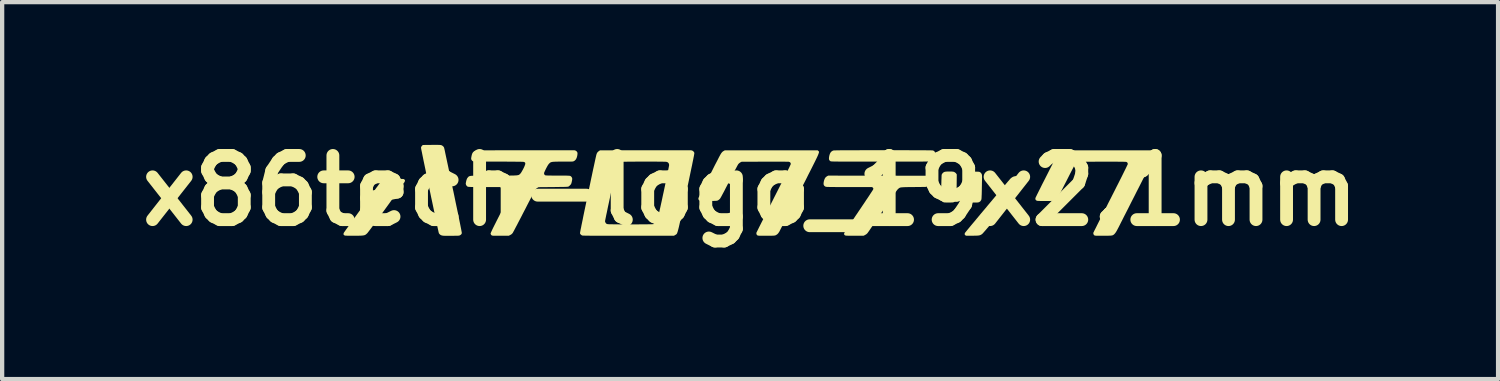
<source format=kicad_pcb>
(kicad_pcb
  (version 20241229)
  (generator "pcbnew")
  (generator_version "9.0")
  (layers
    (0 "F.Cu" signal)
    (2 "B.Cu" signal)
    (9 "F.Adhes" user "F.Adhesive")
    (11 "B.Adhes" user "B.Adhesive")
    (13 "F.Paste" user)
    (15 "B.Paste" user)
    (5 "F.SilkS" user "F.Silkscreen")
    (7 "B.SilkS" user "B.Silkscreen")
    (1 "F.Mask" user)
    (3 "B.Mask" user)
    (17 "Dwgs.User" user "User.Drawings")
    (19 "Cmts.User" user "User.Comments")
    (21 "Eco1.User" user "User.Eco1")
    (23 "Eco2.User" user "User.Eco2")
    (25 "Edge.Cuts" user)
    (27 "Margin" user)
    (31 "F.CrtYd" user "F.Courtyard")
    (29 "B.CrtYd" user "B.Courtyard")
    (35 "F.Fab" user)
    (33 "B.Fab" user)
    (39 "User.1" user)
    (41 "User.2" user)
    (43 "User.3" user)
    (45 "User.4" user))
  (footprint "x86tech-logo_19x2.1mm"
    (layer "F.Cu")
    (at 14.479 1.404)
    (property "Reference" "x86tech-logo_19x2.1mm" (at 0 0 0) (layer "F.SilkS") (effects (font (size 1.5 1.5) (thickness 0.3))))
    (attr board_only exclude_from_pos_files exclude_from_bom)
    (fp_poly (pts (xy 4.69 -0.445) (xy 4.716 -0.445) (xy 4.736 -0.443) (xy 4.75 -0.441) (xy 4.762 -0.438) (xy 4.772 -0.433) (xy 4.775 -0.432) (xy 4.794 -0.419) (xy 4.811 -0.404) (xy 4.815 -0.398) (xy 4.829 -0.377) (xy 4.826 -0.104) (xy 4.825 -0.047) (xy 4.824 0.007) (xy 4.823 0.057) (xy 4.822 0.101) (xy 4.821 0.138) (xy 4.82 0.167) (xy 4.819 0.187) (xy 4.818 0.195) (xy 4.809 0.222) (xy 4.791 0.247) (xy 4.768 0.266) (xy 4.759 0.271) (xy 4.746 0.274) (xy 4.726 0.277) (xy 4.697 0.278) (xy 4.658 0.279) (xy 4.637 0.279) (xy 4.603 0.278) (xy 4.572 0.278) (xy 4.548 0.277) (xy 4.531 0.276) (xy 4.525 0.275) (xy 4.5 0.26) (xy 4.479 0.236) (xy 4.471 0.222) (xy 4.468 0.216) (xy 4.466 0.209) (xy 4.465 0.201) (xy 4.463 0.189) (xy 4.463 0.174) (xy 4.462 0.155) (xy 4.462 0.129) (xy 4.462 0.096) (xy 4.463 0.055) (xy 4.464 0.004) (xy 4.465 -0.057) (xy 4.466 -0.081) (xy 4.467 -0.138) (xy 4.469 -0.191) (xy 4.47 -0.24) (xy 4.472 -0.283) (xy 4.473 -0.319) (xy 4.474 -0.346) (xy 4.475 -0.364) (xy 4.476 -0.371) (xy 4.487 -0.393) (xy 4.505 -0.414) (xy 4.527 -0.431) (xy 4.534 -0.434) (xy 4.545 -0.438) (xy 4.558 -0.441) (xy 4.575 -0.443) (xy 4.599 -0.445) (xy 4.631 -0.445) (xy 4.653 -0.445)) (stroke (width 0) (type solid)) (fill yes) (layer "F.SilkS"))
    (fp_poly (pts (xy 5.283 -0.442) (xy 5.312 -0.442) (xy 5.333 -0.441) (xy 5.348 -0.44) (xy 5.359 -0.437) (xy 5.367 -0.434) (xy 5.376 -0.429) (xy 5.376 -0.429) (xy 5.395 -0.412) (xy 5.409 -0.39) (xy 5.412 -0.384) (xy 5.414 -0.378) (xy 5.416 -0.37) (xy 5.418 -0.36) (xy 5.418 -0.346) (xy 5.419 -0.328) (xy 5.419 -0.304) (xy 5.419 -0.273) (xy 5.418 -0.234) (xy 5.417 -0.187) (xy 5.416 -0.129) (xy 5.415 -0.083) (xy 5.414 -0.018) (xy 5.413 0.037) (xy 5.412 0.082) (xy 5.41 0.118) (xy 5.409 0.147) (xy 5.408 0.169) (xy 5.407 0.186) (xy 5.405 0.199) (xy 5.403 0.208) (xy 5.401 0.216) (xy 5.398 0.222) (xy 5.396 0.225) (xy 5.381 0.248) (xy 5.359 0.265) (xy 5.357 0.266) (xy 5.347 0.271) (xy 5.336 0.274) (xy 5.324 0.277) (xy 5.307 0.278) (xy 5.284 0.279) (xy 5.252 0.279) (xy 5.23 0.279) (xy 5.191 0.279) (xy 5.163 0.278) (xy 5.143 0.277) (xy 5.127 0.275) (xy 5.116 0.272) (xy 5.106 0.268) (xy 5.104 0.267) (xy 5.086 0.255) (xy 5.069 0.239) (xy 5.067 0.235) (xy 5.062 0.228) (xy 5.059 0.222) (xy 5.057 0.213) (xy 5.055 0.201) (xy 5.054 0.185) (xy 5.054 0.162) (xy 5.054 0.131) (xy 5.054 0.09) (xy 5.054 0.07) (xy 5.054 0.019) (xy 5.055 -0.04) (xy 5.056 -0.102) (xy 5.057 -0.162) (xy 5.059 -0.216) (xy 5.059 -0.223) (xy 5.06 -0.269) (xy 5.061 -0.304) (xy 5.063 -0.332) (xy 5.064 -0.351) (xy 5.066 -0.366) (xy 5.068 -0.376) (xy 5.072 -0.384) (xy 5.076 -0.392) (xy 5.076 -0.393) (xy 5.091 -0.411) (xy 5.109 -0.427) (xy 5.112 -0.429) (xy 5.12 -0.434) (xy 5.129 -0.437) (xy 5.14 -0.44) (xy 5.155 -0.441) (xy 5.175 -0.442) (xy 5.204 -0.442) (xy 5.243 -0.442) (xy 5.244 -0.442)) (stroke (width 0) (type solid)) (fill yes) (layer "F.SilkS"))
    (fp_poly (pts (xy 6.368 -0.343) (xy 6.411 -0.343) (xy 6.443 -0.342) (xy 6.466 -0.341) (xy 6.483 -0.34) (xy 6.494 -0.338) (xy 6.501 -0.335) (xy 6.506 -0.332) (xy 6.51 -0.328) (xy 6.518 -0.319) (xy 6.52 -0.31) (xy 6.517 -0.298) (xy 6.515 -0.291) (xy 6.51 -0.283) (xy 6.498 -0.267) (xy 6.479 -0.243) (xy 6.454 -0.212) (xy 6.424 -0.174) (xy 6.388 -0.131) (xy 6.348 -0.082) (xy 6.304 -0.029) (xy 6.257 0.028) (xy 6.207 0.089) (xy 6.155 0.152) (xy 6.1 0.217) (xy 6.045 0.283) (xy 5.989 0.351) (xy 5.932 0.418) (xy 5.876 0.485) (xy 5.821 0.55) (xy 5.767 0.614) (xy 5.715 0.676) (xy 5.666 0.734) (xy 5.619 0.788) (xy 5.577 0.838) (xy 5.538 0.883) (xy 5.504 0.923) (xy 5.475 0.956) (xy 5.452 0.982) (xy 5.435 1.001) (xy 5.424 1.011) (xy 5.423 1.013) (xy 5.406 1.025) (xy 5.39 1.034) (xy 5.374 1.041) (xy 5.356 1.046) (xy 5.333 1.05) (xy 5.304 1.052) (xy 5.268 1.053) (xy 5.222 1.054) (xy 5.202 1.054) (xy 5.162 1.055) (xy 5.125 1.055) (xy 5.093 1.055) (xy 5.068 1.054) (xy 5.052 1.054) (xy 5.048 1.053) (xy 5.027 1.044) (xy 5.015 1.028) (xy 5.013 1.009) (xy 5.021 0.987) (xy 5.022 0.986) (xy 5.029 0.977) (xy 5.043 0.96) (xy 5.063 0.935) (xy 5.089 0.903) (xy 5.121 0.865) (xy 5.157 0.821) (xy 5.198 0.772) (xy 5.243 0.719) (xy 5.29 0.662) (xy 5.341 0.601) (xy 5.393 0.538) (xy 5.447 0.474) (xy 5.503 0.408) (xy 5.558 0.341) (xy 5.614 0.275) (xy 5.669 0.209) (xy 5.723 0.145) (xy 5.775 0.083) (xy 5.825 0.024) (xy 5.872 -0.032) (xy 5.916 -0.085) (xy 5.957 -0.132) (xy 5.992 -0.174) (xy 6.023 -0.211) (xy 6.049 -0.24) (xy 6.068 -0.263) (xy 6.081 -0.277) (xy 6.086 -0.283) (xy 6.107 -0.3) (xy 6.127 -0.314) (xy 6.149 -0.325) (xy 6.174 -0.333) (xy 6.203 -0.338) (xy 6.238 -0.342) (xy 6.282 -0.343) (xy 6.334 -0.344)) (stroke (width 0) (type solid)) (fill yes) (layer "F.SilkS"))
    (fp_poly (pts (xy -7.328 -1.068) (xy -7.285 -1.068) (xy -7.253 -1.067) (xy -7.231 -1.065) (xy -7.219 -1.063) (xy -7.194 -1.051) (xy -7.171 -1.033) (xy -7.155 -1.011) (xy -7.151 -1.001) (xy -7.149 -0.993) (xy -7.145 -0.975) (xy -7.138 -0.946) (xy -7.13 -0.907) (xy -7.12 -0.859) (xy -7.108 -0.802) (xy -7.094 -0.737) (xy -7.079 -0.666) (xy -7.062 -0.587) (xy -7.044 -0.502) (xy -7.025 -0.412) (xy -7.005 -0.317) (xy -6.984 -0.218) (xy -6.963 -0.115) (xy -6.941 -0.009) (xy -6.939 -0.003) (xy -6.909 0.14) (xy -6.882 0.273) (xy -6.856 0.395) (xy -6.833 0.505) (xy -6.813 0.605) (xy -6.795 0.693) (xy -6.779 0.77) (xy -6.766 0.836) (xy -6.755 0.891) (xy -6.747 0.934) (xy -6.741 0.966) (xy -6.738 0.986) (xy -6.737 0.995) (xy -6.737 0.995) (xy -6.747 1.017) (xy -6.765 1.035) (xy -6.789 1.048) (xy -6.801 1.052) (xy -6.812 1.053) (xy -6.833 1.054) (xy -6.862 1.054) (xy -6.897 1.055) (xy -6.937 1.056) (xy -6.978 1.056) (xy -7.02 1.056) (xy -7.061 1.056) (xy -7.098 1.056) (xy -7.13 1.056) (xy -7.155 1.055) (xy -7.17 1.054) (xy -7.174 1.054) (xy -7.186 1.052) (xy -7.202 1.049) (xy -7.205 1.048) (xy -7.229 1.04) (xy -7.251 1.023) (xy -7.269 1.003) (xy -7.274 0.993) (xy -7.276 0.985) (xy -7.281 0.966) (xy -7.287 0.937) (xy -7.296 0.898) (xy -7.306 0.851) (xy -7.318 0.796) (xy -7.331 0.734) (xy -7.346 0.665) (xy -7.362 0.59) (xy -7.378 0.511) (xy -7.396 0.427) (xy -7.414 0.34) (xy -7.433 0.25) (xy -7.453 0.158) (xy -7.472 0.065) (xy -7.492 -0.029) (xy -7.511 -0.122) (xy -7.531 -0.215) (xy -7.549 -0.306) (xy -7.568 -0.394) (xy -7.585 -0.48) (xy -7.602 -0.561) (xy -7.618 -0.638) (xy -7.633 -0.709) (xy -7.646 -0.775) (xy -7.658 -0.833) (xy -7.668 -0.884) (xy -7.677 -0.927) (xy -7.684 -0.96) (xy -7.688 -0.984) (xy -7.69 -0.997) (xy -7.691 -0.999) (xy -7.688 -1.017) (xy -7.679 -1.034) (xy -7.67 -1.044) (xy -7.65 -1.066) (xy -7.446 -1.068) (xy -7.381 -1.068)) (stroke (width 0) (type solid)) (fill yes) (layer "F.SilkS"))
    (fp_poly (pts (xy -8.148 -0.273) (xy -8.127 -0.272) (xy -8.111 -0.271) (xy -8.1 -0.27) (xy -8.092 -0.268) (xy -8.087 -0.265) (xy -8.082 -0.262) (xy -8.081 -0.261) (xy -8.068 -0.247) (xy -8.066 -0.229) (xy -8.073 -0.207) (xy -8.075 -0.202) (xy -8.08 -0.194) (xy -8.092 -0.178) (xy -8.109 -0.153) (xy -8.132 -0.121) (xy -8.16 -0.081) (xy -8.193 -0.035) (xy -8.231 0.017) (xy -8.272 0.075) (xy -8.316 0.137) (xy -8.364 0.203) (xy -8.414 0.273) (xy -8.466 0.345) (xy -8.5 0.392) (xy -8.57 0.488) (xy -8.634 0.576) (xy -8.692 0.656) (xy -8.746 0.729) (xy -8.793 0.794) (xy -8.835 0.85) (xy -8.87 0.897) (xy -8.9 0.936) (xy -8.923 0.966) (xy -8.939 0.987) (xy -8.949 0.998) (xy -8.949 0.998) (xy -8.964 1.012) (xy -8.977 1.023) (xy -8.99 1.032) (xy -9.004 1.039) (xy -9.021 1.044) (xy -9.042 1.048) (xy -9.068 1.051) (xy -9.101 1.053) (xy -9.142 1.054) (xy -9.192 1.054) (xy -9.244 1.055) (xy -9.292 1.055) (xy -9.338 1.055) (xy -9.379 1.055) (xy -9.414 1.054) (xy -9.441 1.053) (xy -9.459 1.052) (xy -9.465 1.052) (xy -9.488 1.042) (xy -9.5 1.029) (xy -9.502 1.009) (xy -9.496 0.989) (xy -9.492 0.982) (xy -9.481 0.966) (xy -9.464 0.942) (xy -9.442 0.91) (xy -9.414 0.872) (xy -9.383 0.828) (xy -9.347 0.778) (xy -9.308 0.724) (xy -9.266 0.666) (xy -9.222 0.605) (xy -9.176 0.541) (xy -9.129 0.476) (xy -9.081 0.41) (xy -9.032 0.343) (xy -8.984 0.277) (xy -8.937 0.212) (xy -8.891 0.149) (xy -8.847 0.089) (xy -8.805 0.032) (xy -8.766 -0.021) (xy -8.731 -0.07) (xy -8.699 -0.112) (xy -8.672 -0.149) (xy -8.649 -0.179) (xy -8.633 -0.201) (xy -8.622 -0.215) (xy -8.618 -0.219) (xy -8.599 -0.236) (xy -8.577 -0.251) (xy -8.565 -0.257) (xy -8.557 -0.261) (xy -8.549 -0.263) (xy -8.54 -0.266) (xy -8.527 -0.267) (xy -8.511 -0.269) (xy -8.489 -0.27) (xy -8.461 -0.27) (xy -8.424 -0.271) (xy -8.379 -0.271) (xy -8.322 -0.272) (xy -8.317 -0.272) (xy -8.26 -0.272) (xy -8.214 -0.273) (xy -8.177 -0.273)) (stroke (width 0) (type solid)) (fill yes) (layer "F.SilkS"))
    (fp_poly (pts (xy 3.257 -0.944) (xy 3.399 -0.944) (xy 3.531 -0.944) (xy 3.652 -0.944) (xy 3.763 -0.943) (xy 3.863 -0.943) (xy 3.953 -0.943) (xy 4.032 -0.942) (xy 4.1 -0.942) (xy 4.157 -0.941) (xy 4.202 -0.941) (xy 4.236 -0.94) (xy 4.259 -0.939) (xy 4.27 -0.938) (xy 4.27 -0.938) (xy 4.296 -0.927) (xy 4.313 -0.909) (xy 4.323 -0.884) (xy 4.324 -0.852) (xy 4.318 -0.813) (xy 4.309 -0.779) (xy 4.301 -0.754) (xy 4.292 -0.735) (xy 4.279 -0.719) (xy 4.272 -0.712) (xy 4.268 -0.708) (xy 4.265 -0.704) (xy 4.261 -0.7) (xy 4.258 -0.697) (xy 4.254 -0.694) (xy 4.248 -0.692) (xy 4.241 -0.69) (xy 4.232 -0.688) (xy 4.22 -0.686) (xy 4.204 -0.684) (xy 4.185 -0.683) (xy 4.162 -0.681) (xy 4.134 -0.68) (xy 4.101 -0.68) (xy 4.062 -0.679) (xy 4.016 -0.678) (xy 3.964 -0.678) (xy 3.905 -0.678) (xy 3.838 -0.677) (xy 3.763 -0.677) (xy 3.679 -0.677) (xy 3.587 -0.677) (xy 3.484 -0.677) (xy 3.371 -0.677) (xy 3.248 -0.677) (xy 3.113 -0.677) (xy 3.054 -0.677) (xy 2.916 -0.677) (xy 2.789 -0.677) (xy 2.674 -0.677) (xy 2.568 -0.677) (xy 2.472 -0.677) (xy 2.386 -0.677) (xy 2.309 -0.677) (xy 2.24 -0.678) (xy 2.179 -0.678) (xy 2.125 -0.678) (xy 2.079 -0.678) (xy 2.038 -0.679) (xy 2.004 -0.679) (xy 1.975 -0.68) (xy 1.951 -0.68) (xy 1.931 -0.681) (xy 1.916 -0.681) (xy 1.903 -0.682) (xy 1.894 -0.683) (xy 1.887 -0.684) (xy 1.882 -0.685) (xy 1.878 -0.686) (xy 1.876 -0.688) (xy 1.874 -0.689) (xy 1.857 -0.703) (xy 1.846 -0.72) (xy 1.842 -0.743) (xy 1.843 -0.772) (xy 1.849 -0.81) (xy 1.85 -0.814) (xy 1.863 -0.858) (xy 1.881 -0.892) (xy 1.905 -0.917) (xy 1.935 -0.934) (xy 1.941 -0.936) (xy 1.946 -0.937) (xy 1.954 -0.938) (xy 1.967 -0.939) (xy 1.984 -0.939) (xy 2.007 -0.94) (xy 2.036 -0.941) (xy 2.07 -0.941) (xy 2.111 -0.942) (xy 2.159 -0.942) (xy 2.215 -0.942) (xy 2.278 -0.943) (xy 2.35 -0.943) (xy 2.431 -0.943) (xy 2.521 -0.943) (xy 2.62 -0.944) (xy 2.73 -0.944) (xy 2.85 -0.944) (xy 2.981 -0.944) (xy 3.106 -0.944)) (stroke (width 0) (type solid)) (fill yes) (layer "F.SilkS"))
    (fp_poly (pts (xy 2.991 -0.349) (xy 4.156 -0.347) (xy 4.174 -0.33) (xy 4.189 -0.314) (xy 4.198 -0.297) (xy 4.201 -0.277) (xy 4.199 -0.251) (xy 4.193 -0.219) (xy 4.182 -0.179) (xy 4.169 -0.148) (xy 4.152 -0.124) (xy 4.13 -0.105) (xy 4.126 -0.102) (xy 4.102 -0.086) (xy 3.813 -0.083) (xy 3.745 -0.082) (xy 3.687 -0.082) (xy 3.639 -0.081) (xy 3.6 -0.08) (xy 3.568 -0.078) (xy 3.542 -0.076) (xy 3.522 -0.074) (xy 3.507 -0.07) (xy 3.494 -0.065) (xy 3.483 -0.059) (xy 3.474 -0.052) (xy 3.464 -0.044) (xy 3.453 -0.033) (xy 3.451 -0.031) (xy 3.442 -0.022) (xy 3.428 -0.003) (xy 3.409 0.023) (xy 3.383 0.058) (xy 3.352 0.102) (xy 3.316 0.155) (xy 3.273 0.217) (xy 3.224 0.289) (xy 3.169 0.37) (xy 3.107 0.461) (xy 3.093 0.481) (xy 3.047 0.55) (xy 3.002 0.616) (xy 2.959 0.68) (xy 2.918 0.739) (xy 2.88 0.794) (xy 2.846 0.844) (xy 2.816 0.888) (xy 2.79 0.926) (xy 2.77 0.955) (xy 2.754 0.977) (xy 2.745 0.99) (xy 2.743 0.993) (xy 2.717 1.018) (xy 2.686 1.037) (xy 2.685 1.038) (xy 2.652 1.054) (xy 2.453 1.055) (xy 2.404 1.055) (xy 2.359 1.055) (xy 2.319 1.055) (xy 2.284 1.054) (xy 2.257 1.053) (xy 2.24 1.052) (xy 2.234 1.052) (xy 2.211 1.042) (xy 2.198 1.028) (xy 2.196 1.009) (xy 2.2 0.991) (xy 2.204 0.983) (xy 2.215 0.967) (xy 2.231 0.941) (xy 2.252 0.908) (xy 2.279 0.868) (xy 2.309 0.822) (xy 2.344 0.77) (xy 2.382 0.713) (xy 2.423 0.652) (xy 2.466 0.587) (xy 2.512 0.52) (xy 2.535 0.485) (xy 2.582 0.416) (xy 2.626 0.35) (xy 2.669 0.287) (xy 2.708 0.227) (xy 2.745 0.173) (xy 2.778 0.124) (xy 2.806 0.08) (xy 2.83 0.044) (xy 2.849 0.015) (xy 2.863 -0.007) (xy 2.871 -0.019) (xy 2.872 -0.022) (xy 2.879 -0.039) (xy 2.879 -0.051) (xy 2.873 -0.061) (xy 2.866 -0.069) (xy 2.851 -0.083) (xy 2.315 -0.083) (xy 2.223 -0.083) (xy 2.141 -0.083) (xy 2.07 -0.083) (xy 2.009 -0.083) (xy 1.957 -0.084) (xy 1.913 -0.084) (xy 1.876 -0.084) (xy 1.846 -0.085) (xy 1.822 -0.086) (xy 1.803 -0.086) (xy 1.788 -0.087) (xy 1.777 -0.089) (xy 1.769 -0.09) (xy 1.764 -0.091) (xy 1.759 -0.093) (xy 1.758 -0.094) (xy 1.737 -0.108) (xy 1.723 -0.127) (xy 1.716 -0.151) (xy 1.717 -0.182) (xy 1.724 -0.222) (xy 1.728 -0.237) (xy 1.742 -0.276) (xy 1.761 -0.307) (xy 1.787 -0.329) (xy 1.799 -0.337) (xy 1.825 -0.35)) (stroke (width 0) (type solid)) (fill yes) (layer "F.SilkS"))
    (fp_poly (pts (xy 1.595 -0.926) (xy 1.599 -0.923) (xy 1.602 -0.919) (xy 1.606 -0.916) (xy 1.608 -0.911) (xy 1.609 -0.906) (xy 1.609 -0.899) (xy 1.608 -0.89) (xy 1.604 -0.878) (xy 1.599 -0.863) (xy 1.592 -0.844) (xy 1.583 -0.822) (xy 1.571 -0.795) (xy 1.556 -0.763) (xy 1.538 -0.726) (xy 1.517 -0.683) (xy 1.492 -0.633) (xy 1.464 -0.577) (xy 1.432 -0.513) (xy 1.396 -0.442) (xy 1.355 -0.362) (xy 1.311 -0.273) (xy 1.261 -0.175) (xy 1.206 -0.068) (xy 1.152 0.039) (xy 1.103 0.135) (xy 1.055 0.23) (xy 1.009 0.321) (xy 0.964 0.408) (xy 0.922 0.491) (xy 0.882 0.57) (xy 0.845 0.643) (xy 0.81 0.709) (xy 0.78 0.77) (xy 0.752 0.823) (xy 0.729 0.868) (xy 0.71 0.905) (xy 0.695 0.934) (xy 0.686 0.953) (xy 0.681 0.961) (xy 0.681 0.961) (xy 0.657 0.997) (xy 0.631 1.023) (xy 0.601 1.041) (xy 0.6 1.042) (xy 0.592 1.045) (xy 0.583 1.048) (xy 0.572 1.05) (xy 0.558 1.052) (xy 0.539 1.053) (xy 0.513 1.054) (xy 0.48 1.054) (xy 0.438 1.055) (xy 0.392 1.055) (xy 0.346 1.055) (xy 0.304 1.055) (xy 0.267 1.055) (xy 0.236 1.055) (xy 0.214 1.054) (xy 0.201 1.054) (xy 0.199 1.053) (xy 0.183 1.05) (xy 0.173 1.048) (xy 0.161 1.04) (xy 0.151 1.024) (xy 0.146 1.005) (xy 0.146 0.987) (xy 0.149 0.98) (xy 0.157 0.963) (xy 0.17 0.937) (xy 0.188 0.901) (xy 0.209 0.858) (xy 0.235 0.807) (xy 0.264 0.749) (xy 0.297 0.684) (xy 0.332 0.614) (xy 0.37 0.539) (xy 0.411 0.459) (xy 0.453 0.374) (xy 0.498 0.287) (xy 0.544 0.197) (xy 0.55 0.184) (xy 0.608 0.07) (xy 0.66 -0.033) (xy 0.707 -0.126) (xy 0.75 -0.21) (xy 0.787 -0.285) (xy 0.821 -0.351) (xy 0.85 -0.409) (xy 0.874 -0.459) (xy 0.895 -0.502) (xy 0.913 -0.538) (xy 0.926 -0.567) (xy 0.937 -0.59) (xy 0.944 -0.606) (xy 0.949 -0.618) (xy 0.95 -0.624) (xy 0.95 -0.624) (xy 0.945 -0.647) (xy 0.93 -0.664) (xy 0.907 -0.673) (xy 0.901 -0.674) (xy 0.892 -0.674) (xy 0.871 -0.675) (xy 0.84 -0.675) (xy 0.801 -0.676) (xy 0.752 -0.676) (xy 0.697 -0.676) (xy 0.635 -0.676) (xy 0.567 -0.676) (xy 0.494 -0.676) (xy 0.418 -0.676) (xy 0.339 -0.676) (xy -0.199 -0.674) (xy -0.229 -0.659) (xy -0.252 -0.643) (xy -0.274 -0.622) (xy -0.278 -0.617) (xy -0.284 -0.607) (xy -0.295 -0.588) (xy -0.31 -0.56) (xy -0.329 -0.524) (xy -0.352 -0.482) (xy -0.377 -0.433) (xy -0.405 -0.379) (xy -0.435 -0.321) (xy -0.466 -0.26) (xy -0.49 -0.214) (xy -0.529 -0.137) (xy -0.565 -0.068) (xy -0.597 -0.005) (xy -0.626 0.05) (xy -0.651 0.096) (xy -0.671 0.134) (xy -0.687 0.162) (xy -0.698 0.181) (xy -0.704 0.189) (xy -0.721 0.206) (xy -0.741 0.222) (xy -0.75 0.227) (xy -0.758 0.231) (xy -0.765 0.234) (xy -0.774 0.236) (xy -0.787 0.238) (xy -0.803 0.239) (xy -0.826 0.24) (xy -0.855 0.241) (xy -0.893 0.242) (xy -0.941 0.242) (xy -0.966 0.242) (xy -1.02 0.243) (xy -1.064 0.243) (xy -1.099 0.243) (xy -1.126 0.242) (xy -1.146 0.241) (xy -1.16 0.24) (xy -1.171 0.238) (xy -1.178 0.235) (xy -1.198 0.221) (xy -1.208 0.201) (xy -1.208 0.176) (xy -1.208 0.176) (xy -1.205 0.168) (xy -1.197 0.151) (xy -1.184 0.125) (xy -1.168 0.091) (xy -1.148 0.05) (xy -1.124 0.003) (xy -1.098 -0.049) (xy -1.07 -0.105) (xy -1.041 -0.164) (xy -1.009 -0.226) (xy -0.978 -0.29) (xy -0.945 -0.354) (xy -0.913 -0.417) (xy -0.881 -0.48) (xy -0.851 -0.54) (xy -0.822 -0.598) (xy -0.794 -0.651) (xy -0.769 -0.699) (xy -0.747 -0.742) (xy -0.729 -0.778) (xy -0.717 -0.8) (xy -0.696 -0.839) (xy -0.678 -0.869) (xy -0.661 -0.891) (xy -0.645 -0.908) (xy -0.627 -0.921) (xy -0.615 -0.928) (xy -0.591 -0.941) (xy 0.494 -0.941) (xy 1.579 -0.941)) (stroke (width 0) (type solid)) (fill yes) (layer "F.SilkS"))
    (fp_poly (pts (xy 9.469 -0.927) (xy 9.473 -0.923) (xy 9.477 -0.92) (xy 9.48 -0.916) (xy 9.483 -0.911) (xy 9.484 -0.906) (xy 9.484 -0.898) (xy 9.482 -0.889) (xy 9.479 -0.876) (xy 9.473 -0.861) (xy 9.465 -0.842) (xy 9.455 -0.818) (xy 9.442 -0.79) (xy 9.426 -0.756) (xy 9.407 -0.717) (xy 9.385 -0.671) (xy 9.359 -0.619) (xy 9.329 -0.559) (xy 9.295 -0.492) (xy 9.257 -0.416) (xy 9.214 -0.332) (xy 9.166 -0.238) (xy 9.114 -0.135) (xy 9.08 -0.068) (xy 9.032 0.025) (xy 8.986 0.117) (xy 8.94 0.207) (xy 8.896 0.293) (xy 8.854 0.377) (xy 8.814 0.456) (xy 8.776 0.53) (xy 8.741 0.598) (xy 8.71 0.66) (xy 8.682 0.715) (xy 8.658 0.762) (xy 8.639 0.801) (xy 8.624 0.83) (xy 8.614 0.85) (xy 8.587 0.901) (xy 8.565 0.942) (xy 8.545 0.975) (xy 8.526 1) (xy 8.509 1.019) (xy 8.492 1.033) (xy 8.475 1.042) (xy 8.473 1.043) (xy 8.465 1.046) (xy 8.455 1.048) (xy 8.442 1.05) (xy 8.425 1.052) (xy 8.402 1.053) (xy 8.371 1.054) (xy 8.332 1.054) (xy 8.283 1.055) (xy 8.267 1.055) (xy 8.221 1.055) (xy 8.179 1.055) (xy 8.142 1.055) (xy 8.111 1.055) (xy 8.088 1.054) (xy 8.076 1.054) (xy 8.074 1.053) (xy 8.058 1.05) (xy 8.048 1.048) (xy 8.036 1.04) (xy 8.026 1.024) (xy 8.02 1.005) (xy 8.02 0.987) (xy 8.02 0.986) (xy 8.023 0.979) (xy 8.032 0.962) (xy 8.044 0.936) (xy 8.062 0.901) (xy 8.084 0.858) (xy 8.109 0.807) (xy 8.138 0.749) (xy 8.171 0.684) (xy 8.206 0.614) (xy 8.244 0.539) (xy 8.285 0.459) (xy 8.328 0.375) (xy 8.372 0.287) (xy 8.418 0.197) (xy 8.425 0.184) (xy 8.473 0.088) (xy 8.52 -0.004) (xy 8.564 -0.092) (xy 8.606 -0.174) (xy 8.645 -0.252) (xy 8.681 -0.323) (xy 8.713 -0.388) (xy 8.742 -0.447) (xy 8.767 -0.497) (xy 8.788 -0.54) (xy 8.804 -0.574) (xy 8.816 -0.599) (xy 8.823 -0.614) (xy 8.825 -0.619) (xy 8.821 -0.645) (xy 8.807 -0.662) (xy 8.789 -0.671) (xy 8.778 -0.672) (xy 8.756 -0.673) (xy 8.722 -0.674) (xy 8.677 -0.675) (xy 8.62 -0.675) (xy 8.552 -0.676) (xy 8.473 -0.676) (xy 8.383 -0.676) (xy 8.283 -0.676) (xy 8.221 -0.676) (xy 7.676 -0.674) (xy 7.648 -0.66) (xy 7.627 -0.647) (xy 7.608 -0.631) (xy 7.601 -0.625) (xy 7.595 -0.615) (xy 7.584 -0.595) (xy 7.568 -0.568) (xy 7.55 -0.534) (xy 7.529 -0.494) (xy 7.506 -0.45) (xy 7.482 -0.403) (xy 7.473 -0.386) (xy 7.428 -0.297) (xy 7.388 -0.218) (xy 7.352 -0.149) (xy 7.321 -0.088) (xy 7.294 -0.036) (xy 7.271 0.01) (xy 7.251 0.048) (xy 7.234 0.08) (xy 7.219 0.107) (xy 7.207 0.129) (xy 7.197 0.147) (xy 7.189 0.161) (xy 7.182 0.171) (xy 7.177 0.18) (xy 7.171 0.187) (xy 7.167 0.192) (xy 7.162 0.197) (xy 7.15 0.209) (xy 7.138 0.219) (xy 7.125 0.226) (xy 7.109 0.232) (xy 7.09 0.237) (xy 7.065 0.24) (xy 7.034 0.242) (xy 6.995 0.243) (xy 6.947 0.243) (xy 6.894 0.243) (xy 6.84 0.243) (xy 6.797 0.243) (xy 6.764 0.242) (xy 6.738 0.241) (xy 6.719 0.24) (xy 6.706 0.238) (xy 6.697 0.235) (xy 6.696 0.235) (xy 6.676 0.221) (xy 6.666 0.201) (xy 6.666 0.177) (xy 6.669 0.169) (xy 6.677 0.151) (xy 6.69 0.125) (xy 6.706 0.091) (xy 6.727 0.05) (xy 6.75 0.003) (xy 6.777 -0.05) (xy 6.805 -0.107) (xy 6.835 -0.167) (xy 6.867 -0.229) (xy 6.9 -0.294) (xy 6.933 -0.359) (xy 6.966 -0.424) (xy 6.998 -0.488) (xy 7.03 -0.55) (xy 7.06 -0.609) (xy 7.089 -0.664) (xy 7.115 -0.715) (xy 7.138 -0.761) (xy 7.159 -0.8) (xy 7.175 -0.831) (xy 7.188 -0.855) (xy 7.196 -0.869) (xy 7.198 -0.872) (xy 7.218 -0.898) (xy 7.241 -0.917) (xy 7.252 -0.923) (xy 7.284 -0.941) (xy 8.369 -0.941) (xy 9.454 -0.941)) (stroke (width 0) (type solid)) (fill yes) (layer "F.SilkS"))
    (fp_poly (pts (xy -1.932 -0.943) (xy -1.842 -0.943) (xy -1.757 -0.943) (xy -1.68 -0.943) (xy -1.609 -0.943) (xy -1.547 -0.943) (xy -1.493 -0.943) (xy -1.448 -0.942) (xy -1.413 -0.942) (xy -1.388 -0.942) (xy -1.375 -0.941) (xy -1.372 -0.941) (xy -1.346 -0.932) (xy -1.324 -0.915) (xy -1.308 -0.893) (xy -1.304 -0.879) (xy -1.304 -0.872) (xy -1.306 -0.857) (xy -1.31 -0.835) (xy -1.315 -0.805) (xy -1.323 -0.766) (xy -1.332 -0.719) (xy -1.344 -0.662) (xy -1.357 -0.596) (xy -1.373 -0.521) (xy -1.391 -0.435) (xy -1.411 -0.339) (xy -1.433 -0.233) (xy -1.458 -0.115) (xy -1.485 0.013) (xy -1.493 0.053) (xy -1.52 0.176) (xy -1.543 0.288) (xy -1.565 0.39) (xy -1.584 0.481) (xy -1.602 0.563) (xy -1.617 0.636) (xy -1.631 0.701) (xy -1.644 0.757) (xy -1.655 0.807) (xy -1.665 0.85) (xy -1.674 0.886) (xy -1.682 0.917) (xy -1.689 0.942) (xy -1.695 0.963) (xy -1.701 0.98) (xy -1.706 0.994) (xy -1.711 1.004) (xy -1.716 1.012) (xy -1.722 1.018) (xy -1.727 1.023) (xy -1.732 1.027) (xy -1.738 1.03) (xy -1.745 1.034) (xy -1.749 1.036) (xy -1.778 1.054) (xy -2.835 1.055) (xy -2.947 1.055) (xy -3.055 1.055) (xy -3.16 1.055) (xy -3.261 1.055) (xy -3.357 1.055) (xy -3.447 1.055) (xy -3.531 1.054) (xy -3.609 1.054) (xy -3.679 1.054) (xy -3.742 1.054) (xy -3.796 1.053) (xy -3.84 1.053) (xy -3.875 1.052) (xy -3.9 1.052) (xy -3.914 1.051) (xy -3.916 1.051) (xy -3.939 1.042) (xy -3.96 1.025) (xy -3.974 1.003) (xy -3.976 0.995) (xy -3.975 0.988) (xy -3.972 0.971) (xy -3.967 0.943) (xy -3.96 0.905) (xy -3.95 0.86) (xy -3.94 0.806) (xy -3.927 0.745) (xy -3.921 0.715) (xy -3.391 0.715) (xy -3.387 0.732) (xy -3.378 0.751) (xy -3.367 0.767) (xy -3.359 0.773) (xy -3.344 0.78) (xy -3.329 0.784) (xy -3.319 0.785) (xy -3.299 0.786) (xy -3.268 0.787) (xy -3.229 0.787) (xy -3.183 0.788) (xy -3.13 0.788) (xy -3.072 0.789) (xy -3.009 0.789) (xy -2.942 0.789) (xy -2.874 0.789) (xy -2.804 0.789) (xy -2.734 0.789) (xy -2.665 0.789) (xy -2.598 0.789) (xy -2.535 0.788) (xy -2.475 0.788) (xy -2.42 0.788) (xy -2.372 0.787) (xy -2.331 0.786) (xy -2.299 0.786) (xy -2.276 0.785) (xy -2.263 0.784) (xy -2.262 0.784) (xy -2.226 0.771) (xy -2.197 0.749) (xy -2.175 0.718) (xy -2.172 0.709) (xy -2.167 0.689) (xy -2.16 0.659) (xy -2.151 0.621) (xy -2.14 0.574) (xy -2.128 0.521) (xy -2.115 0.461) (xy -2.1 0.396) (xy -2.085 0.327) (xy -2.069 0.255) (xy -2.053 0.18) (xy -2.037 0.104) (xy -2.02 0.027) (xy -2.004 -0.049) (xy -1.988 -0.124) (xy -1.973 -0.197) (xy -1.958 -0.266) (xy -1.945 -0.332) (xy -1.932 -0.392) (xy -1.921 -0.447) (xy -1.912 -0.495) (xy -1.904 -0.535) (xy -1.898 -0.566) (xy -1.894 -0.587) (xy -1.893 -0.598) (xy -1.893 -0.599) (xy -1.898 -0.627) (xy -1.913 -0.65) (xy -1.936 -0.667) (xy -1.941 -0.668) (xy -1.946 -0.67) (xy -1.953 -0.671) (xy -1.964 -0.673) (xy -1.977 -0.674) (xy -1.995 -0.674) (xy -2.018 -0.675) (xy -2.047 -0.676) (xy -2.083 -0.676) (xy -2.125 -0.676) (xy -2.176 -0.677) (xy -2.236 -0.677) (xy -2.305 -0.677) (xy -2.384 -0.677) (xy -2.474 -0.677) (xy -2.482 -0.677) (xy -2.589 -0.677) (xy -2.684 -0.677) (xy -2.767 -0.676) (xy -2.839 -0.676) (xy -2.899 -0.675) (xy -2.948 -0.674) (xy -2.986 -0.673) (xy -3.012 -0.672) (xy -3.027 -0.671) (xy -3.031 -0.671) (xy -3.058 -0.658) (xy -3.084 -0.636) (xy -3.104 -0.61) (xy -3.115 -0.586) (xy -3.117 -0.575) (xy -3.122 -0.554) (xy -3.129 -0.524) (xy -3.137 -0.485) (xy -3.148 -0.438) (xy -3.159 -0.385) (xy -3.172 -0.325) (xy -3.186 -0.261) (xy -3.2 -0.192) (xy -3.216 -0.121) (xy -3.231 -0.047) (xy -3.247 0.028) (xy -3.264 0.104) (xy -3.279 0.179) (xy -3.295 0.253) (xy -3.31 0.324) (xy -3.325 0.393) (xy -3.338 0.457) (xy -3.35 0.516) (xy -3.362 0.569) (xy -3.371 0.615) (xy -3.379 0.654) (xy -3.385 0.684) (xy -3.389 0.704) (xy -3.391 0.714) (xy -3.391 0.715) (xy -3.921 0.715) (xy -3.913 0.678) (xy -3.899 0.605) (xy -3.883 0.528) (xy -3.866 0.446) (xy -3.848 0.361) (xy -3.83 0.274) (xy -3.811 0.185) (xy -3.793 0.094) (xy -3.774 0.004) (xy -3.755 -0.086) (xy -3.736 -0.175) (xy -3.718 -0.262) (xy -3.7 -0.346) (xy -3.683 -0.427) (xy -3.667 -0.503) (xy -3.651 -0.575) (xy -3.637 -0.64) (xy -3.624 -0.7) (xy -3.613 -0.751) (xy -3.603 -0.795) (xy -3.601 -0.804) (xy -3.592 -0.842) (xy -3.582 -0.87) (xy -3.569 -0.892) (xy -3.553 -0.909) (xy -3.532 -0.925) (xy -3.508 -0.941) (xy -2.453 -0.943) (xy -2.342 -0.943) (xy -2.233 -0.943) (xy -2.128 -0.943) (xy -2.028 -0.943)) (stroke (width 0) (type solid)) (fill yes) (layer "F.SilkS"))
    (fp_poly (pts (xy -4.628 -0.943) (xy -4.539 -0.943) (xy -4.456 -0.943) (xy -4.38 -0.943) (xy -4.313 -0.943) (xy -4.253 -0.943) (xy -4.202 -0.942) (xy -4.161 -0.942) (xy -4.13 -0.942) (xy -4.109 -0.942) (xy -4.1 -0.941) (xy -4.099 -0.941) (xy -4.073 -0.932) (xy -4.051 -0.914) (xy -4.037 -0.891) (xy -4.035 -0.881) (xy -4.034 -0.862) (xy -4.037 -0.836) (xy -4.041 -0.809) (xy -4.054 -0.764) (xy -4.072 -0.729) (xy -4.096 -0.703) (xy -4.115 -0.691) (xy -4.122 -0.687) (xy -4.129 -0.684) (xy -4.136 -0.682) (xy -4.147 -0.68) (xy -4.161 -0.679) (xy -4.179 -0.678) (xy -4.204 -0.678) (xy -4.236 -0.677) (xy -4.277 -0.677) (xy -4.327 -0.677) (xy -4.374 -0.677) (xy -4.439 -0.677) (xy -4.493 -0.677) (xy -4.537 -0.676) (xy -4.574 -0.675) (xy -4.603 -0.673) (xy -4.626 -0.67) (xy -4.644 -0.666) (xy -4.659 -0.661) (xy -4.671 -0.654) (xy -4.681 -0.646) (xy -4.692 -0.636) (xy -4.699 -0.629) (xy -4.714 -0.611) (xy -4.731 -0.585) (xy -4.75 -0.551) (xy -4.771 -0.511) (xy -4.786 -0.48) (xy -4.799 -0.452) (xy -4.809 -0.429) (xy -4.815 -0.413) (xy -4.816 -0.407) (xy -4.812 -0.383) (xy -4.799 -0.365) (xy -4.785 -0.357) (xy -4.774 -0.355) (xy -4.752 -0.354) (xy -4.718 -0.352) (xy -4.674 -0.352) (xy -4.62 -0.351) (xy -4.555 -0.35) (xy -4.49 -0.35) (xy -4.426 -0.35) (xy -4.372 -0.35) (xy -4.328 -0.35) (xy -4.292 -0.35) (xy -4.264 -0.349) (xy -4.243 -0.348) (xy -4.227 -0.347) (xy -4.215 -0.346) (xy -4.207 -0.344) (xy -4.201 -0.342) (xy -4.196 -0.339) (xy -4.195 -0.339) (xy -4.173 -0.319) (xy -4.16 -0.294) (xy -4.157 -0.273) (xy -4.159 -0.255) (xy -4.163 -0.23) (xy -4.169 -0.203) (xy -4.175 -0.178) (xy -4.182 -0.159) (xy -4.184 -0.154) (xy -4.196 -0.138) (xy -4.214 -0.119) (xy -4.234 -0.102) (xy -4.246 -0.094) (xy -4.252 -0.092) (xy -4.261 -0.091) (xy -4.276 -0.089) (xy -4.297 -0.088) (xy -4.324 -0.087) (xy -4.359 -0.086) (xy -4.403 -0.085) (xy -4.456 -0.085) (xy -4.519 -0.084) (xy -4.593 -0.083) (xy -4.603 -0.083) (xy -4.944 -0.08) (xy -4.972 -0.064) (xy -4.992 -0.05) (xy -5.009 -0.034) (xy -5.016 -0.027) (xy -5.021 -0.018) (xy -5.031 -0.000375) (xy -5.045 0.027) (xy -5.064 0.062) (xy -5.087 0.105) (xy -5.112 0.154) (xy -5.141 0.209) (xy -5.173 0.27) (xy -5.206 0.334) (xy -5.241 0.403) (xy -5.278 0.474) (xy -5.281 0.48) (xy -5.318 0.551) (xy -5.353 0.62) (xy -5.387 0.685) (xy -5.419 0.746) (xy -5.448 0.803) (xy -5.475 0.853) (xy -5.498 0.897) (xy -5.517 0.934) (xy -5.533 0.962) (xy -5.543 0.982) (xy -5.549 0.991) (xy -5.549 0.992) (xy -5.575 1.019) (xy -5.603 1.036) (xy -5.638 1.054) (xy -5.82 1.055) (xy -5.866 1.055) (xy -5.909 1.055) (xy -5.947 1.055) (xy -5.979 1.054) (xy -6.003 1.054) (xy -6.017 1.053) (xy -6.02 1.053) (xy -6.042 1.045) (xy -6.057 1.028) (xy -6.064 1.006) (xy -6.065 1.002) (xy -6.063 0.995) (xy -6.058 0.983) (xy -6.05 0.964) (xy -6.038 0.939) (xy -6.023 0.906) (xy -6.003 0.865) (xy -5.979 0.817) (xy -5.95 0.76) (xy -5.917 0.694) (xy -5.879 0.619) (xy -5.835 0.533) (xy -5.815 0.493) (xy -5.778 0.422) (xy -5.743 0.353) (xy -5.71 0.288) (xy -5.679 0.227) (xy -5.651 0.171) (xy -5.626 0.121) (xy -5.604 0.077) (xy -5.586 0.041) (xy -5.572 0.013) (xy -5.563 -0.006) (xy -5.559 -0.015) (xy -5.558 -0.016) (xy -5.555 -0.04) (xy -5.562 -0.06) (xy -5.577 -0.075) (xy -5.58 -0.076) (xy -5.587 -0.078) (xy -5.602 -0.079) (xy -5.625 -0.08) (xy -5.657 -0.081) (xy -5.698 -0.081) (xy -5.749 -0.082) (xy -5.81 -0.083) (xy -5.881 -0.083) (xy -5.963 -0.083) (xy -6.056 -0.083) (xy -6.089 -0.083) (xy -6.177 -0.083) (xy -6.255 -0.083) (xy -6.321 -0.083) (xy -6.379 -0.083) (xy -6.427 -0.084) (xy -6.468 -0.084) (xy -6.501 -0.084) (xy -6.529 -0.085) (xy -6.55 -0.086) (xy -6.566 -0.087) (xy -6.579 -0.088) (xy -6.588 -0.089) (xy -6.595 -0.091) (xy -6.6 -0.092) (xy -6.604 -0.094) (xy -6.623 -0.11) (xy -6.638 -0.133) (xy -6.645 -0.158) (xy -6.645 -0.162) (xy -6.644 -0.175) (xy -6.64 -0.196) (xy -6.635 -0.221) (xy -6.633 -0.23) (xy -6.624 -0.259) (xy -6.616 -0.28) (xy -6.605 -0.297) (xy -6.598 -0.305) (xy -6.592 -0.312) (xy -6.586 -0.319) (xy -6.58 -0.325) (xy -6.574 -0.33) (xy -6.566 -0.334) (xy -6.556 -0.338) (xy -6.544 -0.341) (xy -6.527 -0.344) (xy -6.506 -0.346) (xy -6.48 -0.347) (xy -6.448 -0.348) (xy -6.41 -0.349) (xy -6.364 -0.35) (xy -6.31 -0.35) (xy -6.247 -0.35) (xy -6.174 -0.35) (xy -6.092 -0.35) (xy -5.998 -0.35) (xy -5.995 -0.35) (xy -5.899 -0.35) (xy -5.815 -0.35) (xy -5.74 -0.35) (xy -5.676 -0.351) (xy -5.62 -0.351) (xy -5.573 -0.352) (xy -5.533 -0.352) (xy -5.5 -0.354) (xy -5.472 -0.355) (xy -5.45 -0.357) (xy -5.432 -0.36) (xy -5.418 -0.363) (xy -5.407 -0.366) (xy -5.399 -0.371) (xy -5.391 -0.376) (xy -5.385 -0.381) (xy -5.378 -0.388) (xy -5.372 -0.394) (xy -5.356 -0.413) (xy -5.338 -0.442) (xy -5.316 -0.481) (xy -5.3 -0.511) (xy -5.279 -0.554) (xy -5.265 -0.589) (xy -5.256 -0.615) (xy -5.254 -0.636) (xy -5.257 -0.65) (xy -5.267 -0.661) (xy -5.283 -0.669) (xy -5.291 -0.671) (xy -5.301 -0.672) (xy -5.322 -0.673) (xy -5.355 -0.674) (xy -5.399 -0.675) (xy -5.454 -0.675) (xy -5.52 -0.676) (xy -5.596 -0.676) (xy -5.682 -0.677) (xy -5.778 -0.677) (xy -5.883 -0.677) (xy -5.888 -0.677) (xy -5.984 -0.677) (xy -6.068 -0.677) (xy -6.142 -0.677) (xy -6.206 -0.677) (xy -6.262 -0.677) (xy -6.308 -0.678) (xy -6.348 -0.678) (xy -6.38 -0.678) (xy -6.407 -0.679) (xy -6.428 -0.68) (xy -6.444 -0.681) (xy -6.457 -0.682) (xy -6.466 -0.683) (xy -6.473 -0.684) (xy -6.477 -0.686) (xy -6.481 -0.687) (xy -6.484 -0.689) (xy -6.5 -0.703) (xy -6.512 -0.721) (xy -6.513 -0.723) (xy -6.517 -0.734) (xy -6.519 -0.745) (xy -6.518 -0.76) (xy -6.515 -0.781) (xy -6.512 -0.798) (xy -6.503 -0.839) (xy -6.492 -0.87) (xy -6.477 -0.894) (xy -6.458 -0.913) (xy -6.433 -0.93) (xy -6.432 -0.93) (xy -6.429 -0.932) (xy -6.425 -0.933) (xy -6.421 -0.934) (xy -6.414 -0.935) (xy -6.405 -0.936) (xy -6.394 -0.937) (xy -6.379 -0.937) (xy -6.36 -0.938) (xy -6.338 -0.939) (xy -6.31 -0.939) (xy -6.277 -0.94) (xy -6.239 -0.94) (xy -6.194 -0.941) (xy -6.142 -0.941) (xy -6.083 -0.941) (xy -6.017 -0.941) (xy -5.942 -0.942) (xy -5.858 -0.942) (xy -5.765 -0.942) (xy -5.662 -0.942) (xy -5.549 -0.943) (xy -5.425 -0.943) (xy -5.29 -0.943) (xy -5.268 -0.943) (xy -5.152 -0.943) (xy -5.039 -0.943) (xy -4.929 -0.943) (xy -4.824 -0.943) (xy -4.723 -0.943)) (stroke (width 0) (type solid)) (fill yes) (layer "F.SilkS")))
  (gr_rect
    (start -3 -3)
    (end 31.957 5.808)
    (stroke (width 0.1) (type default))
    (fill no)
    (layer "Edge.Cuts")))
</source>
